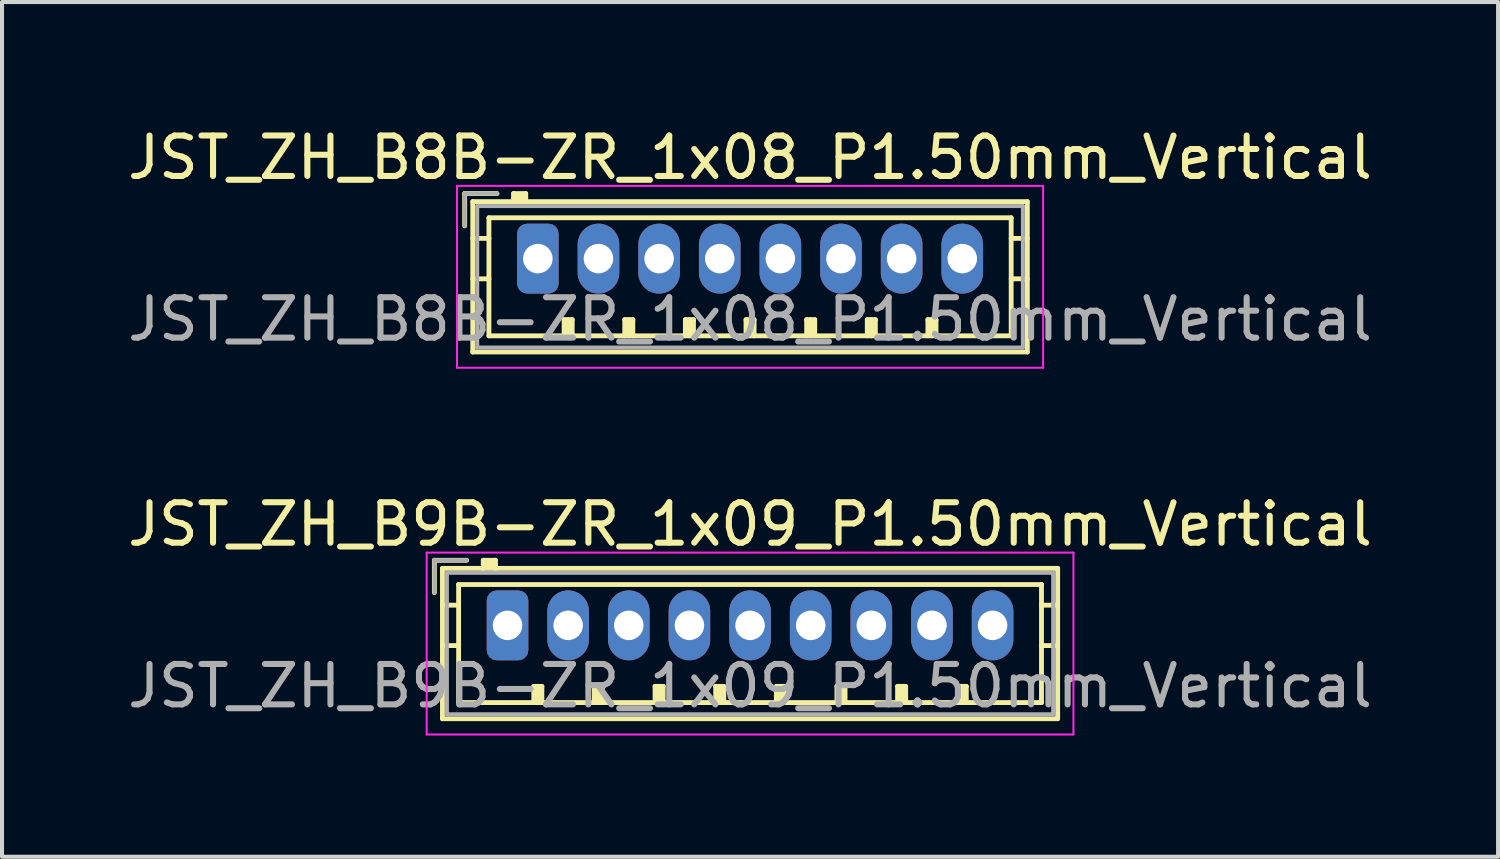
<source format=kicad_pcb>
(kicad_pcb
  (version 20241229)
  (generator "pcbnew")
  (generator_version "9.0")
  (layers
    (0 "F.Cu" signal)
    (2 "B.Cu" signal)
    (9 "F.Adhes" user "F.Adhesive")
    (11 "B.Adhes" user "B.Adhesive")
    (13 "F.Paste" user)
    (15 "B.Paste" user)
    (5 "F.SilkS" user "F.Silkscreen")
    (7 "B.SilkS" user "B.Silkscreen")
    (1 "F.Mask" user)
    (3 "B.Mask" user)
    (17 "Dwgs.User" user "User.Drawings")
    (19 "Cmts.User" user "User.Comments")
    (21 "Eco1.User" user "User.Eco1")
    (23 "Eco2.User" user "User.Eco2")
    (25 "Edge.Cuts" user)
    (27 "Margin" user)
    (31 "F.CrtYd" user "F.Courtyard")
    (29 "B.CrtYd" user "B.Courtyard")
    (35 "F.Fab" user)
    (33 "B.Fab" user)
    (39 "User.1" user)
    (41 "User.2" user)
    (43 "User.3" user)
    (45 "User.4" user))
  (footprint "JST_ZH_B8B-ZR_1x08_P1.50mm_Vertical"
    (layer "F.Cu")
    (at 10.256 3.348)
    (property "Reference" "JST_ZH_B8B-ZR_1x08_P1.50mm_Vertical" (at 5.25 -2.5 0) (layer "F.SilkS") (effects (font (size 1 1) (thickness 0.15))))
    (attr through_hole)
    (fp_line (start -1.81 -1.61) (end -1.81 -0.81) (stroke (width 0.12) (type solid)) (layer "F.SilkS"))
    (fp_line (start -1.61 -1.41) (end -1.61 2.31) (stroke (width 0.12) (type solid)) (layer "F.SilkS"))
    (fp_line (start -1.61 -0.5) (end -1.21 -0.5) (stroke (width 0.12) (type solid)) (layer "F.SilkS"))
    (fp_line (start -1.61 0.5) (end -1.21 0.5) (stroke (width 0.12) (type solid)) (layer "F.SilkS"))
    (fp_line (start -1.61 2.31) (end 12.11 2.31) (stroke (width 0.12) (type solid)) (layer "F.SilkS"))
    (fp_line (start -1.21 -1.01) (end -1.21 1.91) (stroke (width 0.12) (type solid)) (layer "F.SilkS"))
    (fp_line (start -1.21 1.91) (end 11.71 1.91) (stroke (width 0.12) (type solid)) (layer "F.SilkS"))
    (fp_line (start -1.01 -1.61) (end -1.81 -1.61) (stroke (width 0.12) (type solid)) (layer "F.SilkS"))
    (fp_line (start -0.6 -1.61) (end -0.6 -1.41) (stroke (width 0.12) (type solid)) (layer "F.SilkS"))
    (fp_line (start -0.3 -1.61) (end -0.6 -1.61) (stroke (width 0.12) (type solid)) (layer "F.SilkS"))
    (fp_line (start -0.3 -1.51) (end -0.6 -1.51) (stroke (width 0.12) (type solid)) (layer "F.SilkS"))
    (fp_line (start -0.3 -1.41) (end -0.3 -1.61) (stroke (width 0.12) (type solid)) (layer "F.SilkS"))
    (fp_line (start 0.65 1.51) (end 0.85 1.51) (stroke (width 0.12) (type solid)) (layer "F.SilkS"))
    (fp_line (start 0.65 1.91) (end 0.65 1.51) (stroke (width 0.12) (type solid)) (layer "F.SilkS"))
    (fp_line (start 0.75 1.91) (end 0.75 1.51) (stroke (width 0.12) (type solid)) (layer "F.SilkS"))
    (fp_line (start 0.85 1.51) (end 0.85 1.91) (stroke (width 0.12) (type solid)) (layer "F.SilkS"))
    (fp_line (start 2.15 1.51) (end 2.35 1.51) (stroke (width 0.12) (type solid)) (layer "F.SilkS"))
    (fp_line (start 2.15 1.91) (end 2.15 1.51) (stroke (width 0.12) (type solid)) (layer "F.SilkS"))
    (fp_line (start 2.25 1.91) (end 2.25 1.51) (stroke (width 0.12) (type solid)) (layer "F.SilkS"))
    (fp_line (start 2.35 1.51) (end 2.35 1.91) (stroke (width 0.12) (type solid)) (layer "F.SilkS"))
    (fp_line (start 3.65 1.51) (end 3.85 1.51) (stroke (width 0.12) (type solid)) (layer "F.SilkS"))
    (fp_line (start 3.65 1.91) (end 3.65 1.51) (stroke (width 0.12) (type solid)) (layer "F.SilkS"))
    (fp_line (start 3.75 1.91) (end 3.75 1.51) (stroke (width 0.12) (type solid)) (layer "F.SilkS"))
    (fp_line (start 3.85 1.51) (end 3.85 1.91) (stroke (width 0.12) (type solid)) (layer "F.SilkS"))
    (fp_line (start 5.15 1.51) (end 5.35 1.51) (stroke (width 0.12) (type solid)) (layer "F.SilkS"))
    (fp_line (start 5.15 1.91) (end 5.15 1.51) (stroke (width 0.12) (type solid)) (layer "F.SilkS"))
    (fp_line (start 5.25 1.91) (end 5.25 1.51) (stroke (width 0.12) (type solid)) (layer "F.SilkS"))
    (fp_line (start 5.35 1.51) (end 5.35 1.91) (stroke (width 0.12) (type solid)) (layer "F.SilkS"))
    (fp_line (start 6.65 1.51) (end 6.85 1.51) (stroke (width 0.12) (type solid)) (layer "F.SilkS"))
    (fp_line (start 6.65 1.91) (end 6.65 1.51) (stroke (width 0.12) (type solid)) (layer "F.SilkS"))
    (fp_line (start 6.75 1.91) (end 6.75 1.51) (stroke (width 0.12) (type solid)) (layer "F.SilkS"))
    (fp_line (start 6.85 1.51) (end 6.85 1.91) (stroke (width 0.12) (type solid)) (layer "F.SilkS"))
    (fp_line (start 8.15 1.51) (end 8.35 1.51) (stroke (width 0.12) (type solid)) (layer "F.SilkS"))
    (fp_line (start 8.15 1.91) (end 8.15 1.51) (stroke (width 0.12) (type solid)) (layer "F.SilkS"))
    (fp_line (start 8.25 1.91) (end 8.25 1.51) (stroke (width 0.12) (type solid)) (layer "F.SilkS"))
    (fp_line (start 8.35 1.51) (end 8.35 1.91) (stroke (width 0.12) (type solid)) (layer "F.SilkS"))
    (fp_line (start 9.65 1.51) (end 9.85 1.51) (stroke (width 0.12) (type solid)) (layer "F.SilkS"))
    (fp_line (start 9.65 1.91) (end 9.65 1.51) (stroke (width 0.12) (type solid)) (layer "F.SilkS"))
    (fp_line (start 9.75 1.91) (end 9.75 1.51) (stroke (width 0.12) (type solid)) (layer "F.SilkS"))
    (fp_line (start 9.85 1.51) (end 9.85 1.91) (stroke (width 0.12) (type solid)) (layer "F.SilkS"))
    (fp_line (start 11.71 -1.01) (end -1.21 -1.01) (stroke (width 0.12) (type solid)) (layer "F.SilkS"))
    (fp_line (start 11.71 1.91) (end 11.71 -1.01) (stroke (width 0.12) (type solid)) (layer "F.SilkS"))
    (fp_line (start 12.11 -1.41) (end -1.61 -1.41) (stroke (width 0.12) (type solid)) (layer "F.SilkS"))
    (fp_line (start 12.11 -0.5) (end 11.71 -0.5) (stroke (width 0.12) (type solid)) (layer "F.SilkS"))
    (fp_line (start 12.11 0.5) (end 11.71 0.5) (stroke (width 0.12) (type solid)) (layer "F.SilkS"))
    (fp_line (start 12.11 2.31) (end 12.11 -1.41) (stroke (width 0.12) (type solid)) (layer "F.SilkS"))
    (fp_line (start -2 -1.8) (end -2 2.7) (stroke (width 0.05) (type solid)) (layer "F.CrtYd"))
    (fp_line (start -2 2.7) (end 12.5 2.7) (stroke (width 0.05) (type solid)) (layer "F.CrtYd"))
    (fp_line (start 12.5 -1.8) (end -2 -1.8) (stroke (width 0.05) (type solid)) (layer "F.CrtYd"))
    (fp_line (start 12.5 2.7) (end 12.5 -1.8) (stroke (width 0.05) (type solid)) (layer "F.CrtYd"))
    (fp_line (start -1.81 -1.61) (end -1.81 -0.81) (stroke (width 0.1) (type solid)) (layer "F.Fab"))
    (fp_line (start -1.5 -1.3) (end -1.5 2.2) (stroke (width 0.1) (type solid)) (layer "F.Fab"))
    (fp_line (start -1.5 2.2) (end 12 2.2) (stroke (width 0.1) (type solid)) (layer "F.Fab"))
    (fp_line (start -1.01 -1.61) (end -1.81 -1.61) (stroke (width 0.1) (type solid)) (layer "F.Fab"))
    (fp_line (start 12 -1.3) (end -1.5 -1.3) (stroke (width 0.1) (type solid)) (layer "F.Fab"))
    (fp_line (start 12 2.2) (end 12 -1.3) (stroke (width 0.1) (type solid)) (layer "F.Fab"))
    (fp_text user "${REFERENCE}" (at 5.25 1.5 0) (layer "F.Fab") (effects (font (size 1 1) (thickness 0.15))))
    (pad "1" thru_hole roundrect (at 0 0) (size 1.03 1.73) (drill 0.73) (layers "*.Cu" "*.Mask") (roundrect_rratio 0.243))
    (pad "2" thru_hole oval (at 1.5 0) (size 1.03 1.73) (drill 0.73) (layers "*.Cu" "*.Mask"))
    (pad "3" thru_hole oval (at 3 0) (size 1.03 1.73) (drill 0.73) (layers "*.Cu" "*.Mask"))
    (pad "4" thru_hole oval (at 4.5 0) (size 1.03 1.73) (drill 0.73) (layers "*.Cu" "*.Mask"))
    (pad "5" thru_hole oval (at 6 0) (size 1.03 1.73) (drill 0.73) (layers "*.Cu" "*.Mask"))
    (pad "6" thru_hole oval (at 7.5 0) (size 1.03 1.73) (drill 0.73) (layers "*.Cu" "*.Mask"))
    (pad "7" thru_hole oval (at 9 0) (size 1.03 1.73) (drill 0.73) (layers "*.Cu" "*.Mask"))
    (pad "8" thru_hole oval (at 10.5 0) (size 1.03 1.73) (drill 0.73) (layers "*.Cu" "*.Mask")))
  (footprint "JST_ZH_B9B-ZR_1x09_P1.50mm_Vertical"
    (layer "F.Cu")
    (at 9.506 12.421)
    (property "Reference" "JST_ZH_B9B-ZR_1x09_P1.50mm_Vertical" (at 6 -2.5 0) (layer "F.SilkS") (effects (font (size 1 1) (thickness 0.15))))
    (attr through_hole)
    (fp_line (start -1.81 -1.61) (end -1.81 -0.81) (stroke (width 0.12) (type solid)) (layer "F.SilkS"))
    (fp_line (start -1.61 -1.41) (end -1.61 2.31) (stroke (width 0.12) (type solid)) (layer "F.SilkS"))
    (fp_line (start -1.61 -0.5) (end -1.21 -0.5) (stroke (width 0.12) (type solid)) (layer "F.SilkS"))
    (fp_line (start -1.61 0.5) (end -1.21 0.5) (stroke (width 0.12) (type solid)) (layer "F.SilkS"))
    (fp_line (start -1.61 2.31) (end 13.61 2.31) (stroke (width 0.12) (type solid)) (layer "F.SilkS"))
    (fp_line (start -1.21 -1.01) (end -1.21 1.91) (stroke (width 0.12) (type solid)) (layer "F.SilkS"))
    (fp_line (start -1.21 1.91) (end 13.21 1.91) (stroke (width 0.12) (type solid)) (layer "F.SilkS"))
    (fp_line (start -1.01 -1.61) (end -1.81 -1.61) (stroke (width 0.12) (type solid)) (layer "F.SilkS"))
    (fp_line (start -0.6 -1.61) (end -0.6 -1.41) (stroke (width 0.12) (type solid)) (layer "F.SilkS"))
    (fp_line (start -0.3 -1.61) (end -0.6 -1.61) (stroke (width 0.12) (type solid)) (layer "F.SilkS"))
    (fp_line (start -0.3 -1.51) (end -0.6 -1.51) (stroke (width 0.12) (type solid)) (layer "F.SilkS"))
    (fp_line (start -0.3 -1.41) (end -0.3 -1.61) (stroke (width 0.12) (type solid)) (layer "F.SilkS"))
    (fp_line (start 0.65 1.51) (end 0.85 1.51) (stroke (width 0.12) (type solid)) (layer "F.SilkS"))
    (fp_line (start 0.65 1.91) (end 0.65 1.51) (stroke (width 0.12) (type solid)) (layer "F.SilkS"))
    (fp_line (start 0.75 1.91) (end 0.75 1.51) (stroke (width 0.12) (type solid)) (layer "F.SilkS"))
    (fp_line (start 0.85 1.51) (end 0.85 1.91) (stroke (width 0.12) (type solid)) (layer "F.SilkS"))
    (fp_line (start 2.15 1.51) (end 2.35 1.51) (stroke (width 0.12) (type solid)) (layer "F.SilkS"))
    (fp_line (start 2.15 1.91) (end 2.15 1.51) (stroke (width 0.12) (type solid)) (layer "F.SilkS"))
    (fp_line (start 2.25 1.91) (end 2.25 1.51) (stroke (width 0.12) (type solid)) (layer "F.SilkS"))
    (fp_line (start 2.35 1.51) (end 2.35 1.91) (stroke (width 0.12) (type solid)) (layer "F.SilkS"))
    (fp_line (start 3.65 1.51) (end 3.85 1.51) (stroke (width 0.12) (type solid)) (layer "F.SilkS"))
    (fp_line (start 3.65 1.91) (end 3.65 1.51) (stroke (width 0.12) (type solid)) (layer "F.SilkS"))
    (fp_line (start 3.75 1.91) (end 3.75 1.51) (stroke (width 0.12) (type solid)) (layer "F.SilkS"))
    (fp_line (start 3.85 1.51) (end 3.85 1.91) (stroke (width 0.12) (type solid)) (layer "F.SilkS"))
    (fp_line (start 5.15 1.51) (end 5.35 1.51) (stroke (width 0.12) (type solid)) (layer "F.SilkS"))
    (fp_line (start 5.15 1.91) (end 5.15 1.51) (stroke (width 0.12) (type solid)) (layer "F.SilkS"))
    (fp_line (start 5.25 1.91) (end 5.25 1.51) (stroke (width 0.12) (type solid)) (layer "F.SilkS"))
    (fp_line (start 5.35 1.51) (end 5.35 1.91) (stroke (width 0.12) (type solid)) (layer "F.SilkS"))
    (fp_line (start 6.65 1.51) (end 6.85 1.51) (stroke (width 0.12) (type solid)) (layer "F.SilkS"))
    (fp_line (start 6.65 1.91) (end 6.65 1.51) (stroke (width 0.12) (type solid)) (layer "F.SilkS"))
    (fp_line (start 6.75 1.91) (end 6.75 1.51) (stroke (width 0.12) (type solid)) (layer "F.SilkS"))
    (fp_line (start 6.85 1.51) (end 6.85 1.91) (stroke (width 0.12) (type solid)) (layer "F.SilkS"))
    (fp_line (start 8.15 1.51) (end 8.35 1.51) (stroke (width 0.12) (type solid)) (layer "F.SilkS"))
    (fp_line (start 8.15 1.91) (end 8.15 1.51) (stroke (width 0.12) (type solid)) (layer "F.SilkS"))
    (fp_line (start 8.25 1.91) (end 8.25 1.51) (stroke (width 0.12) (type solid)) (layer "F.SilkS"))
    (fp_line (start 8.35 1.51) (end 8.35 1.91) (stroke (width 0.12) (type solid)) (layer "F.SilkS"))
    (fp_line (start 9.65 1.51) (end 9.85 1.51) (stroke (width 0.12) (type solid)) (layer "F.SilkS"))
    (fp_line (start 9.65 1.91) (end 9.65 1.51) (stroke (width 0.12) (type solid)) (layer "F.SilkS"))
    (fp_line (start 9.75 1.91) (end 9.75 1.51) (stroke (width 0.12) (type solid)) (layer "F.SilkS"))
    (fp_line (start 9.85 1.51) (end 9.85 1.91) (stroke (width 0.12) (type solid)) (layer "F.SilkS"))
    (fp_line (start 11.15 1.51) (end 11.35 1.51) (stroke (width 0.12) (type solid)) (layer "F.SilkS"))
    (fp_line (start 11.15 1.91) (end 11.15 1.51) (stroke (width 0.12) (type solid)) (layer "F.SilkS"))
    (fp_line (start 11.25 1.91) (end 11.25 1.51) (stroke (width 0.12) (type solid)) (layer "F.SilkS"))
    (fp_line (start 11.35 1.51) (end 11.35 1.91) (stroke (width 0.12) (type solid)) (layer "F.SilkS"))
    (fp_line (start 13.21 -1.01) (end -1.21 -1.01) (stroke (width 0.12) (type solid)) (layer "F.SilkS"))
    (fp_line (start 13.21 1.91) (end 13.21 -1.01) (stroke (width 0.12) (type solid)) (layer "F.SilkS"))
    (fp_line (start 13.61 -1.41) (end -1.61 -1.41) (stroke (width 0.12) (type solid)) (layer "F.SilkS"))
    (fp_line (start 13.61 -0.5) (end 13.21 -0.5) (stroke (width 0.12) (type solid)) (layer "F.SilkS"))
    (fp_line (start 13.61 0.5) (end 13.21 0.5) (stroke (width 0.12) (type solid)) (layer "F.SilkS"))
    (fp_line (start 13.61 2.31) (end 13.61 -1.41) (stroke (width 0.12) (type solid)) (layer "F.SilkS"))
    (fp_line (start -2 -1.8) (end -2 2.7) (stroke (width 0.05) (type solid)) (layer "F.CrtYd"))
    (fp_line (start -2 2.7) (end 14 2.7) (stroke (width 0.05) (type solid)) (layer "F.CrtYd"))
    (fp_line (start 14 -1.8) (end -2 -1.8) (stroke (width 0.05) (type solid)) (layer "F.CrtYd"))
    (fp_line (start 14 2.7) (end 14 -1.8) (stroke (width 0.05) (type solid)) (layer "F.CrtYd"))
    (fp_line (start -1.81 -1.61) (end -1.81 -0.81) (stroke (width 0.1) (type solid)) (layer "F.Fab"))
    (fp_line (start -1.5 -1.3) (end -1.5 2.2) (stroke (width 0.1) (type solid)) (layer "F.Fab"))
    (fp_line (start -1.5 2.2) (end 13.5 2.2) (stroke (width 0.1) (type solid)) (layer "F.Fab"))
    (fp_line (start -1.01 -1.61) (end -1.81 -1.61) (stroke (width 0.1) (type solid)) (layer "F.Fab"))
    (fp_line (start 13.5 -1.3) (end -1.5 -1.3) (stroke (width 0.1) (type solid)) (layer "F.Fab"))
    (fp_line (start 13.5 2.2) (end 13.5 -1.3) (stroke (width 0.1) (type solid)) (layer "F.Fab"))
    (fp_text user "${REFERENCE}" (at 6 1.5 0) (layer "F.Fab") (effects (font (size 1 1) (thickness 0.15))))
    (pad "1" thru_hole roundrect (at 0 0) (size 1.03 1.73) (drill 0.73) (layers "*.Cu" "*.Mask") (roundrect_rratio 0.243))
    (pad "2" thru_hole oval (at 1.5 0) (size 1.03 1.73) (drill 0.73) (layers "*.Cu" "*.Mask"))
    (pad "3" thru_hole oval (at 3 0) (size 1.03 1.73) (drill 0.73) (layers "*.Cu" "*.Mask"))
    (pad "4" thru_hole oval (at 4.5 0) (size 1.03 1.73) (drill 0.73) (layers "*.Cu" "*.Mask"))
    (pad "5" thru_hole oval (at 6 0) (size 1.03 1.73) (drill 0.73) (layers "*.Cu" "*.Mask"))
    (pad "6" thru_hole oval (at 7.5 0) (size 1.03 1.73) (drill 0.73) (layers "*.Cu" "*.Mask"))
    (pad "7" thru_hole oval (at 9 0) (size 1.03 1.73) (drill 0.73) (layers "*.Cu" "*.Mask"))
    (pad "8" thru_hole oval (at 10.5 0) (size 1.03 1.73) (drill 0.73) (layers "*.Cu" "*.Mask"))
    (pad "9" thru_hole oval (at 12 0) (size 1.03 1.73) (drill 0.73) (layers "*.Cu" "*.Mask")))
  (gr_rect
    (start -3 -3)
    (end 34.012 18.146)
    (stroke (width 0.1) (type default))
    (fill no)
    (layer "Edge.Cuts")))
</source>
